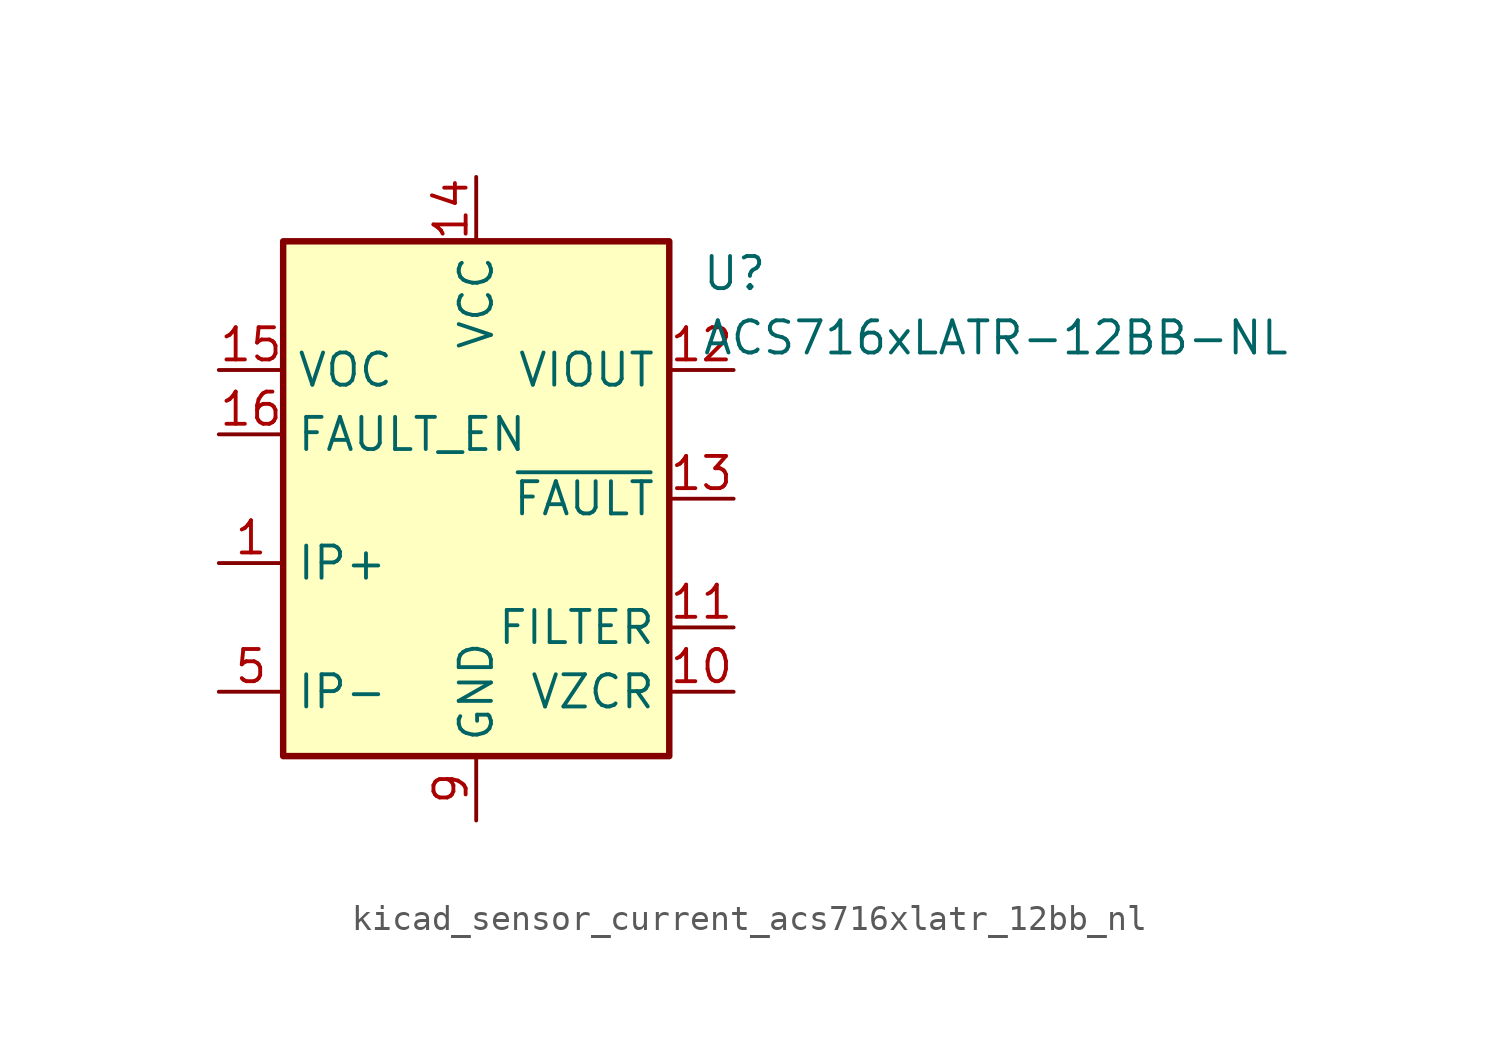
<source format=kicad_sym>
(kicad_symbol_lib
  (version 20220914)
  (generator kicad_symbol_editor)
  (symbol "kicad_sensor_current_acs716xlatr_12bb_nl"
    (property "Reference" "U"
      (at 8.89 8.89 0)
      (effects (font (size 1.27 1.27)) (justify left)))
    (property "Value" "ACS716xLATR-12BB-NL"
      (at 8.89 6.35 0)
      (effects (font (size 1.27 1.27)) (justify left)))
    (symbol "kicad_sensor_current_acs716xlatr_12bb_nl_0_1"
      (rectangle (start -7.62 10.16) (end 7.62 -10.16) (stroke (width 0.254) (type default)) (fill (type background))))
    (symbol "kicad_sensor_current_acs716xlatr_12bb_nl_1_1"
      (pin passive line (at -10.16 -2.54 0) (length 2.54) (name "IP+" (effects (font (size 1.27 1.27)))) (number "1" (effects (font (size 1.27 1.27)))))
      (pin passive line (at 10.16 -7.62 180) (length 2.54) (name "VZCR" (effects (font (size 1.27 1.27)))) (number "10" (effects (font (size 1.27 1.27)))))
      (pin passive line (at 10.16 -5.08 180) (length 2.54) (name "FILTER" (effects (font (size 1.27 1.27)))) (number "11" (effects (font (size 1.27 1.27)))))
      (pin output line (at 10.16 5.08 180) (length 2.54) (name "VIOUT" (effects (font (size 1.27 1.27)))) (number "12" (effects (font (size 1.27 1.27)))))
      (pin output line (at 10.16 0 180) (length 2.54) (name "~{FAULT}" (effects (font (size 1.27 1.27)))) (number "13" (effects (font (size 1.27 1.27)))))
      (pin power_in line (at 0 12.7 270) (length 2.54) (name "VCC" (effects (font (size 1.27 1.27)))) (number "14" (effects (font (size 1.27 1.27)))))
      (pin input line (at -10.16 5.08 0) (length 2.54) (name "VOC" (effects (font (size 1.27 1.27)))) (number "15" (effects (font (size 1.27 1.27)))))
      (pin input line (at -10.16 2.54 0) (length 2.54) (name "FAULT_EN" (effects (font (size 1.27 1.27)))) (number "16" (effects (font (size 1.27 1.27)))))
      (pin passive line (at -10.16 -2.54 0) (length 2.54) hide (name "IP+" (effects (font (size 1.27 1.27)))) (number "2" (effects (font (size 1.27 1.27)))))
      (pin passive line (at -10.16 -2.54 0) (length 2.54) hide (name "IP+" (effects (font (size 1.27 1.27)))) (number "3" (effects (font (size 1.27 1.27)))))
      (pin passive line (at -10.16 -2.54 0) (length 2.54) hide (name "IP+" (effects (font (size 1.27 1.27)))) (number "4" (effects (font (size 1.27 1.27)))))
      (pin passive line (at -10.16 -7.62 0) (length 2.54) (name "IP-" (effects (font (size 1.27 1.27)))) (number "5" (effects (font (size 1.27 1.27)))))
      (pin passive line (at -10.16 -7.62 0) (length 2.54) hide (name "IP-" (effects (font (size 1.27 1.27)))) (number "6" (effects (font (size 1.27 1.27)))))
      (pin passive line (at -10.16 -7.62 0) (length 2.54) hide (name "IP-" (effects (font (size 1.27 1.27)))) (number "7" (effects (font (size 1.27 1.27)))))
      (pin passive line (at -10.16 -7.62 0) (length 2.54) hide (name "IP-" (effects (font (size 1.27 1.27)))) (number "8" (effects (font (size 1.27 1.27)))))
      (pin power_in line (at 0 -12.7 90) (length 2.54) (name "GND" (effects (font (size 1.27 1.27)))) (number "9" (effects (font (size 1.27 1.27))))))))
</source>
